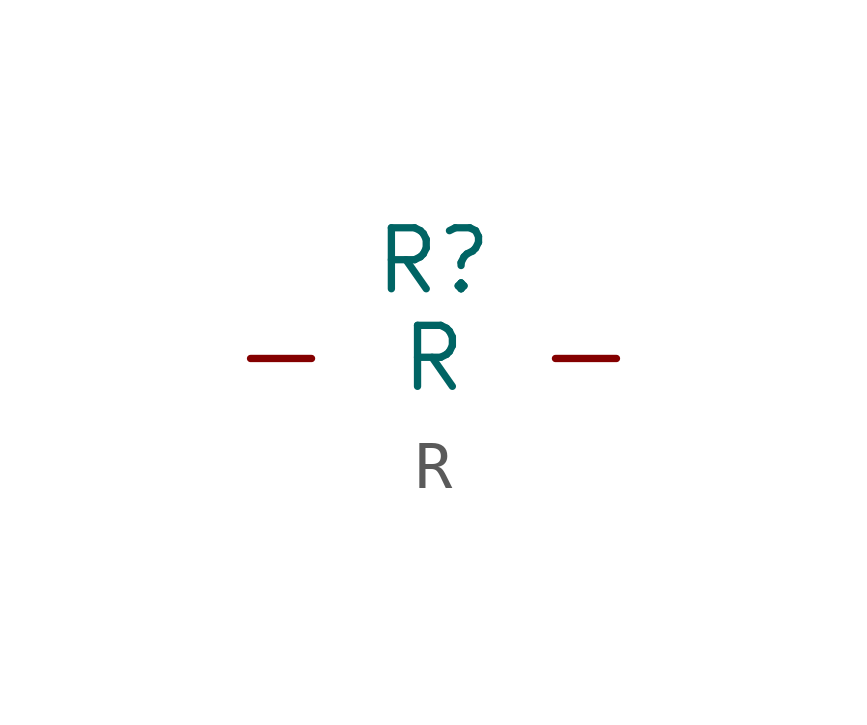
<source format=kicad_sym>
(kicad_symbol_lib
  (version 20231120)
  (generator "kicad_symbol_editor")
  (generator_version "8.0")
  (symbol "R"
    (pin_numbers hide)
    (pin_names
      (offset 0))
    (property "Reference" "R"
      (at 0 2.032 0)
      (effects (font (size 1.27 1.27))))
    (property "Value" "R"
      (at 0 0 0)
      (effects (font (size 1.27 1.27))))
    (symbol "R_1_1"
      (pin passive line (at -3.81 0 0) (length 1.27) (name "~" (effects (font (size 1.27 1.27)))) (number "1" (effects (font (size 1.27 1.27)))))
      (pin passive line (at 3.81 0 180) (length 1.27) (name "~" (effects (font (size 1.27 1.27)))) (number "2" (effects (font (size 1.27 1.27))))))))
</source>
